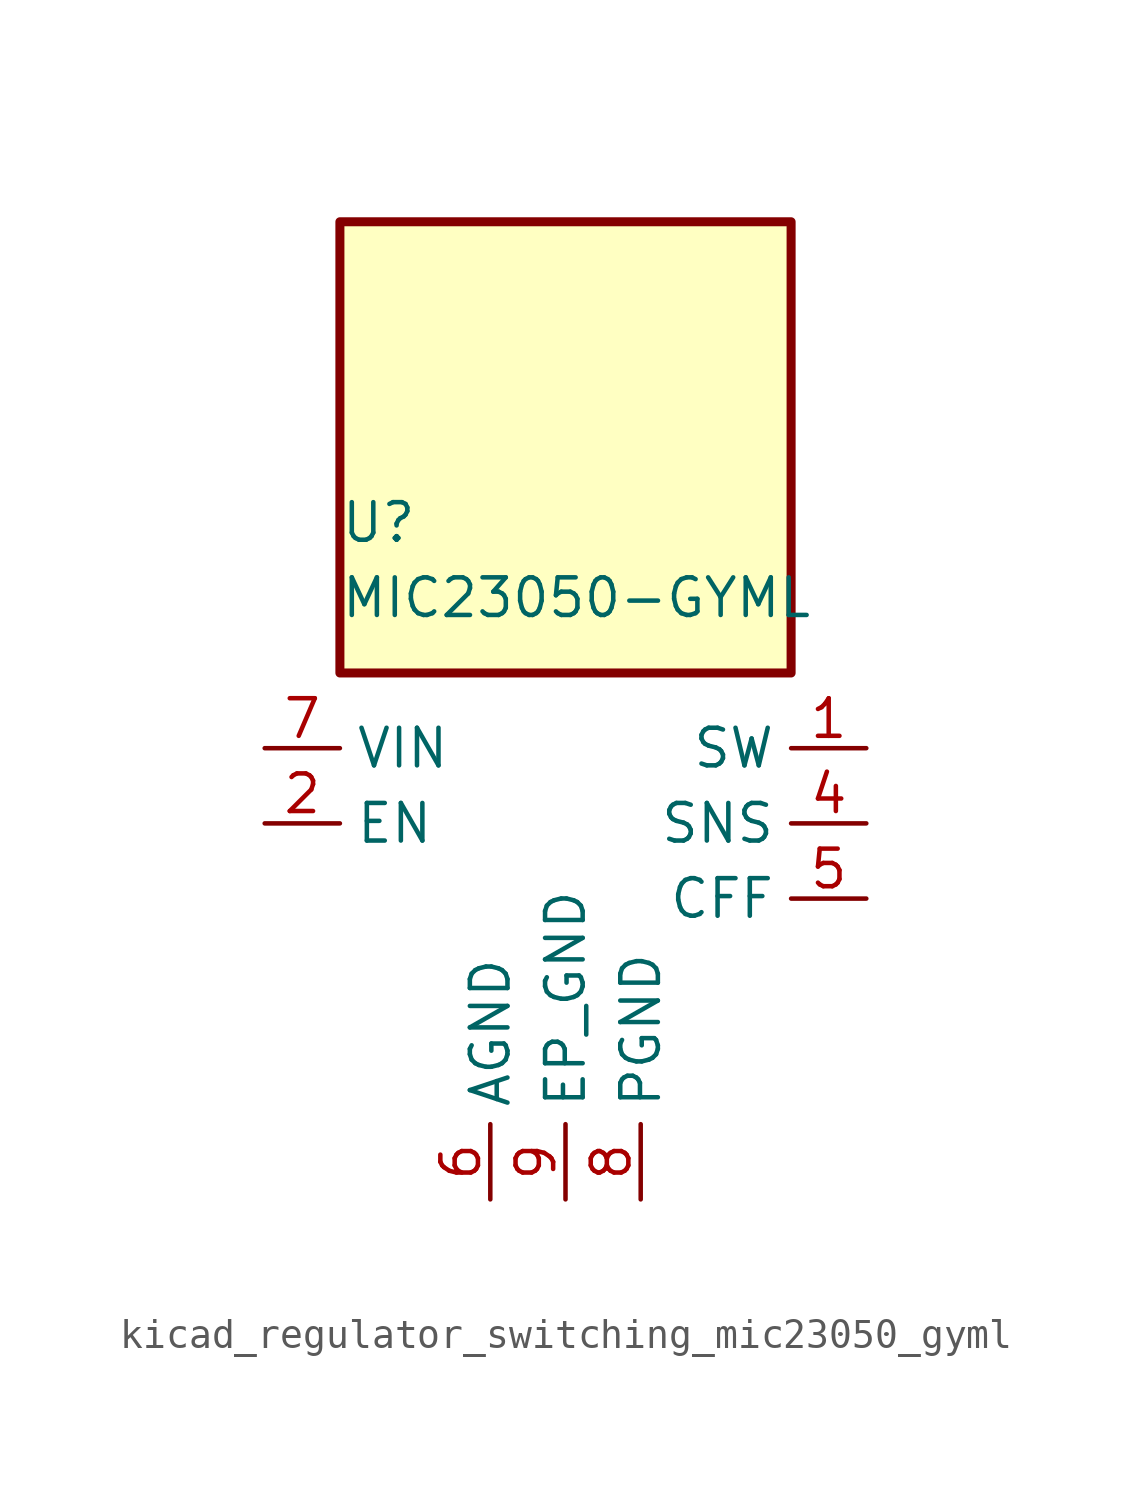
<source format=kicad_sym>
(kicad_symbol_lib
  (version 20220914)
  (generator kicad_symbol_editor)
  (symbol "kicad_regulator_switching_mic23050_gyml"
    (property "Reference" "U"
      (at -7.62 12.7 0)
      (effects (font (size 1.27 1.27)) (justify left)))
    (property "Value" "MIC23050-GYML"
      (at -7.62 10.16 0)
      (effects (font (size 1.27 1.27)) (justify left)))
    (symbol "kicad_regulator_switching_mic23050_gyml_0_0"
      (pin power_in line (at 0 -10.16 90) (length 2.54) (name "EP_GND" (effects (font (size 1.27 1.27)))) (number "9" (effects (font (size 1.27 1.27))))))
    (symbol "kicad_regulator_switching_mic23050_gyml_1_1"
      (rectangle (start 7.62 22.86) (end -7.62 7.62) (stroke (width 0.305) (type default)) (fill (type background)))
      (pin output line (at 10.16 5.08 180) (length 2.54) (name "SW" (effects (font (size 1.27 1.27)))) (number "1" (effects (font (size 1.27 1.27)))))
      (pin input line (at -10.16 2.54 0) (length 2.54) (name "EN" (effects (font (size 1.27 1.27)))) (number "2" (effects (font (size 1.27 1.27)))))
      (pin no_connect line (at -7.62 0 0) (length 2.54) hide (name "NC" (effects (font (size 1.27 1.27)))) (number "3" (effects (font (size 1.27 1.27)))))
      (pin input line (at 10.16 2.54 180) (length 2.54) (name "SNS" (effects (font (size 1.27 1.27)))) (number "4" (effects (font (size 1.27 1.27)))))
      (pin output line (at 10.16 0 180) (length 2.54) (name "CFF" (effects (font (size 1.27 1.27)))) (number "5" (effects (font (size 1.27 1.27)))))
      (pin power_in line (at -2.54 -10.16 90) (length 2.54) (name "AGND" (effects (font (size 1.27 1.27)))) (number "6" (effects (font (size 1.27 1.27)))))
      (pin power_in line (at -10.16 5.08 0) (length 2.54) (name "VIN" (effects (font (size 1.27 1.27)))) (number "7" (effects (font (size 1.27 1.27)))))
      (pin power_in line (at 2.54 -10.16 90) (length 2.54) (name "PGND" (effects (font (size 1.27 1.27)))) (number "8" (effects (font (size 1.27 1.27))))))))
</source>
